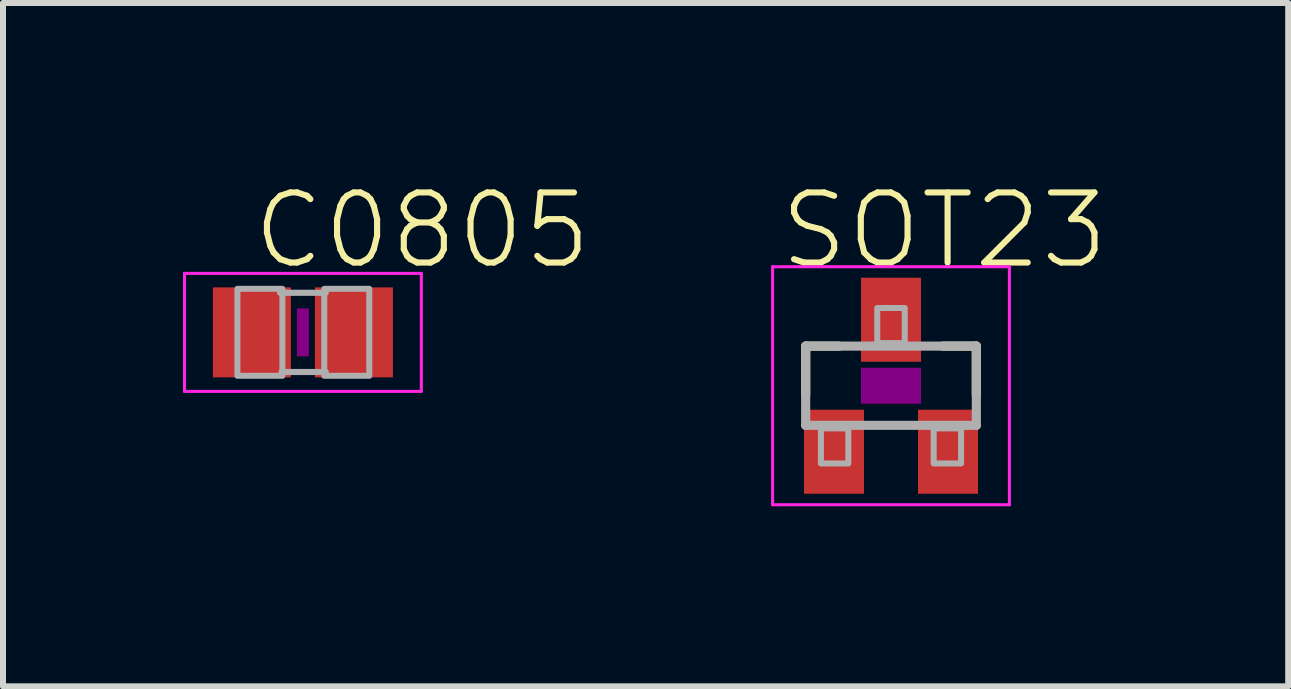
<source format=kicad_pcb>
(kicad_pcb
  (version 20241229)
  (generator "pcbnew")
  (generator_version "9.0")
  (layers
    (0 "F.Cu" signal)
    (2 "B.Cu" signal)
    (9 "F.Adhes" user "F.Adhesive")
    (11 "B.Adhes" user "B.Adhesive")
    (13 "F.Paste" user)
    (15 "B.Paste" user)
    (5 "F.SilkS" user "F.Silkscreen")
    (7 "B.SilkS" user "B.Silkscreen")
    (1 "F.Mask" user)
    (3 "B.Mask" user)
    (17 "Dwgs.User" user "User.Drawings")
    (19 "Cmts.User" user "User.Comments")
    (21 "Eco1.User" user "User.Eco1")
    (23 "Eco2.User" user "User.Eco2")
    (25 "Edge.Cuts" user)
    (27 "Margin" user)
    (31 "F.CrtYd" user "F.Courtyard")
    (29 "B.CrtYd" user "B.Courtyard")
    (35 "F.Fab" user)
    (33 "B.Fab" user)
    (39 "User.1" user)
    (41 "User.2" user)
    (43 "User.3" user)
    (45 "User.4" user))
  (footprint "C0805"
    (layer "F.Cu")
    (at 1.998 2.489)
    (property "Reference" "C0805" (at -0.889 -1.016 0) (layer "F.SilkS") (effects (font (size 1.168 1.168) (thickness 0.102)) (justify left bottom)))
    (fp_poly (pts (xy -0.1 0.4) (xy 0.1 0.4) (xy 0.1 -0.4) (xy -0.1 -0.4)) (stroke (width 0) (type default)) (fill yes) (layer "F.Adhes"))
    (fp_line (start -1.973 -0.983) (end 1.973 -0.983) (stroke (width 0.051) (type solid)) (layer "F.CrtYd"))
    (fp_line (start -1.973 0.983) (end -1.973 -0.983) (stroke (width 0.051) (type solid)) (layer "F.CrtYd"))
    (fp_line (start 1.973 -0.983) (end 1.973 0.983) (stroke (width 0.051) (type solid)) (layer "F.CrtYd"))
    (fp_line (start 1.973 0.983) (end -1.973 0.983) (stroke (width 0.051) (type solid)) (layer "F.CrtYd"))
    (fp_line (start -0.381 -0.66) (end 0.381 -0.66) (stroke (width 0.102) (type solid)) (layer "F.Fab"))
    (fp_line (start -0.356 0.66) (end 0.381 0.66) (stroke (width 0.102) (type solid)) (layer "F.Fab"))
    (fp_poly (pts (xy -1.092 0.724) (xy -0.342 0.724) (xy -0.342 -0.726) (xy -1.092 -0.726)) (stroke (width 0.1) (type default)) (fill no) (layer "F.Fab"))
    (fp_poly (pts (xy 0.356 0.724) (xy 1.106 0.724) (xy 1.106 -0.726) (xy 0.356 -0.726)) (stroke (width 0.1) (type default)) (fill no) (layer "F.Fab"))
    (pad "1" smd rect (at -0.85 0) (size 1.3 1.5) (layers "F.Cu" "F.Mask" "F.Paste"))
    (pad "2" smd rect (at 0.85 0) (size 1.3 1.5) (layers "F.Cu" "F.Mask" "F.Paste")))
  (footprint "SOT23"
    (layer "F.Cu")
    (at 11.798 3.378)
    (property "Reference" "SOT23" (at -1.905 -1.905 0) (layer "F.SilkS") (effects (font (size 1.168 1.168) (thickness 0.102)) (justify left bottom)))
    (fp_line (start -1.422 -0.66) (end -0.864 -0.66) (stroke (width 0.152) (type solid)) (layer "F.SilkS"))
    (fp_line (start -1.422 0.152) (end -1.422 -0.66) (stroke (width 0.152) (type solid)) (layer "F.SilkS"))
    (fp_line (start 0.864 -0.66) (end 1.422 -0.66) (stroke (width 0.152) (type solid)) (layer "F.SilkS"))
    (fp_line (start 1.422 -0.66) (end 1.422 0.152) (stroke (width 0.152) (type solid)) (layer "F.SilkS"))
    (fp_poly (pts (xy -0.5 0.3) (xy 0.5 0.3) (xy 0.5 -0.3) (xy -0.5 -0.3)) (stroke (width 0) (type default)) (fill yes) (layer "F.Adhes"))
    (fp_line (start -1.973 -1.983) (end 1.973 -1.983) (stroke (width 0.051) (type solid)) (layer "F.CrtYd"))
    (fp_line (start -1.973 1.983) (end -1.973 -1.983) (stroke (width 0.051) (type solid)) (layer "F.CrtYd"))
    (fp_line (start 1.973 -1.983) (end 1.973 1.983) (stroke (width 0.051) (type solid)) (layer "F.CrtYd"))
    (fp_line (start 1.973 1.983) (end -1.973 1.983) (stroke (width 0.051) (type solid)) (layer "F.CrtYd"))
    (fp_line (start -1.422 -0.66) (end 1.422 -0.66) (stroke (width 0.152) (type solid)) (layer "F.Fab"))
    (fp_line (start -1.422 0.66) (end -1.422 -0.66) (stroke (width 0.152) (type solid)) (layer "F.Fab"))
    (fp_line (start 1.422 -0.66) (end 1.422 0.66) (stroke (width 0.152) (type solid)) (layer "F.Fab"))
    (fp_line (start 1.422 0.66) (end -1.422 0.66) (stroke (width 0.152) (type solid)) (layer "F.Fab"))
    (fp_poly (pts (xy -1.168 1.295) (xy -0.711 1.295) (xy -0.711 0.711) (xy -1.168 0.711)) (stroke (width 0.1) (type default)) (fill no) (layer "F.Fab"))
    (fp_poly (pts (xy -0.229 -0.711) (xy 0.229 -0.711) (xy 0.229 -1.295) (xy -0.229 -1.295)) (stroke (width 0.1) (type default)) (fill no) (layer "F.Fab"))
    (fp_poly (pts (xy 0.711 1.295) (xy 1.168 1.295) (xy 1.168 0.711) (xy 0.711 0.711)) (stroke (width 0.1) (type default)) (fill no) (layer "F.Fab"))
    (pad "1" smd rect (at -0.95 1.1) (size 1 1.4) (layers "F.Cu" "F.Mask" "F.Paste"))
    (pad "2" smd rect (at 0.95 1.1) (size 1 1.4) (layers "F.Cu" "F.Mask" "F.Paste"))
    (pad "3" smd rect (at 0 -1.1) (size 1 1.4) (layers "F.Cu" "F.Mask" "F.Paste")))
  (gr_rect
    (start -3 -3)
    (end 18.417 8.387)
    (stroke (width 0.1) (type default))
    (fill no)
    (layer "Edge.Cuts")))
</source>
